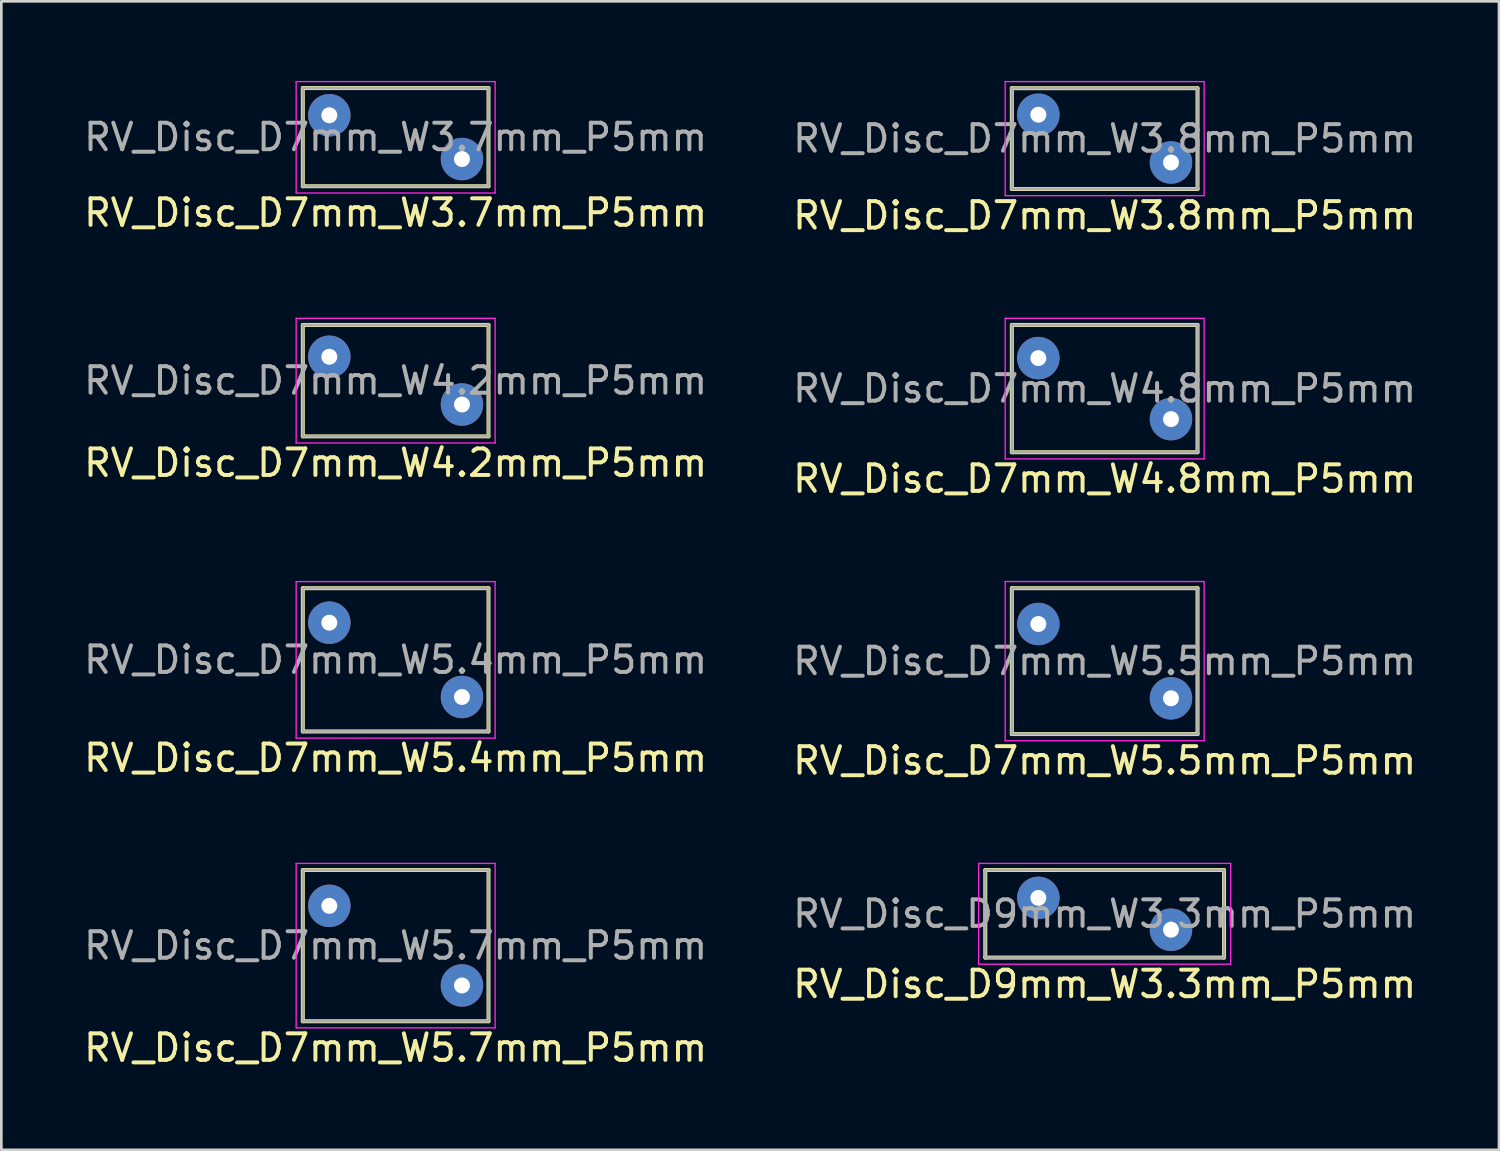
<source format=kicad_pcb>
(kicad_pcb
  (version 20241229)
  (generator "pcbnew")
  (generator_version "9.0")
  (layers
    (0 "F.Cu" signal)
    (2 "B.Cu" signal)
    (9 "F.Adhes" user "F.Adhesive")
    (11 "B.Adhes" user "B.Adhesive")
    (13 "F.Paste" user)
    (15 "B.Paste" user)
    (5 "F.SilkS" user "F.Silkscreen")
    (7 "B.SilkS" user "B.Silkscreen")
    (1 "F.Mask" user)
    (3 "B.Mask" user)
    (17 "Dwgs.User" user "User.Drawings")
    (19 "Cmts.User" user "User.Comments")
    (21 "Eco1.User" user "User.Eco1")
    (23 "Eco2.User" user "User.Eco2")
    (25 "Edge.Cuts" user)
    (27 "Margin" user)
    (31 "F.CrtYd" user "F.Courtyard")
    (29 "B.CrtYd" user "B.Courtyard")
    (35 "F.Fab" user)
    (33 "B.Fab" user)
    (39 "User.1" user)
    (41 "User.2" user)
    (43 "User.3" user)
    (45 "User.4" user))
  (footprint "RV_Disc_D7mm_W3.8mm_P5mm"
    (layer "F.Cu")
    (at 36.089 1.275)
    (property "Reference" "RV_Disc_D7mm_W3.8mm_P5mm" (at 2.5 3.8 0) (layer "F.SilkS") (effects (font (size 1 1) (thickness 0.15))))
    (attr through_hole)
    (fp_line (start -1 -1) (end -1 2.8) (stroke (width 0.15) (type solid)) (layer "F.SilkS"))
    (fp_line (start -1 -1) (end 6 -1) (stroke (width 0.15) (type solid)) (layer "F.SilkS"))
    (fp_line (start -1 2.8) (end 6 2.8) (stroke (width 0.15) (type solid)) (layer "F.SilkS"))
    (fp_line (start 6 -1) (end 6 2.8) (stroke (width 0.15) (type solid)) (layer "F.SilkS"))
    (fp_line (start -1.25 -1.25) (end -1.25 3.05) (stroke (width 0.05) (type solid)) (layer "F.CrtYd"))
    (fp_line (start -1.25 -1.25) (end 6.25 -1.25) (stroke (width 0.05) (type solid)) (layer "F.CrtYd"))
    (fp_line (start -1.25 3.05) (end 6.25 3.05) (stroke (width 0.05) (type solid)) (layer "F.CrtYd"))
    (fp_line (start 6.25 -1.25) (end 6.25 3.05) (stroke (width 0.05) (type solid)) (layer "F.CrtYd"))
    (fp_line (start -1 -1) (end -1 2.8) (stroke (width 0.1) (type solid)) (layer "F.Fab"))
    (fp_line (start -1 -1) (end 6 -1) (stroke (width 0.1) (type solid)) (layer "F.Fab"))
    (fp_line (start -1 2.8) (end 6 2.8) (stroke (width 0.1) (type solid)) (layer "F.Fab"))
    (fp_line (start 6 -1) (end 6 2.8) (stroke (width 0.1) (type solid)) (layer "F.Fab"))
    (fp_text user "${REFERENCE}" (at 2.5 0.9 0) (layer "F.Fab") (effects (font (size 1 1) (thickness 0.15))))
    (pad "1" thru_hole circle (at 0 0) (size 1.6 1.6) (drill 0.6) (layers "*.Cu" "*.Mask"))
    (pad "2" thru_hole circle (at 5 1.8) (size 1.6 1.6) (drill 0.6) (layers "*.Cu" "*.Mask")))
  (footprint "RV_Disc_D7mm_W5.5mm_P5mm"
    (layer "F.Cu")
    (at 36.089 20.471)
    (property "Reference" "RV_Disc_D7mm_W5.5mm_P5mm" (at 2.5 5.15 0) (layer "F.SilkS") (effects (font (size 1 1) (thickness 0.15))))
    (attr through_hole)
    (fp_line (start -1 -1.35) (end -1 4.15) (stroke (width 0.15) (type solid)) (layer "F.SilkS"))
    (fp_line (start -1 -1.35) (end 6 -1.35) (stroke (width 0.15) (type solid)) (layer "F.SilkS"))
    (fp_line (start -1 4.15) (end 6 4.15) (stroke (width 0.15) (type solid)) (layer "F.SilkS"))
    (fp_line (start 6 -1.35) (end 6 4.15) (stroke (width 0.15) (type solid)) (layer "F.SilkS"))
    (fp_line (start -1.25 -1.6) (end -1.25 4.4) (stroke (width 0.05) (type solid)) (layer "F.CrtYd"))
    (fp_line (start -1.25 -1.6) (end 6.25 -1.6) (stroke (width 0.05) (type solid)) (layer "F.CrtYd"))
    (fp_line (start -1.25 4.4) (end 6.25 4.4) (stroke (width 0.05) (type solid)) (layer "F.CrtYd"))
    (fp_line (start 6.25 -1.6) (end 6.25 4.4) (stroke (width 0.05) (type solid)) (layer "F.CrtYd"))
    (fp_line (start -1 -1.35) (end -1 4.15) (stroke (width 0.1) (type solid)) (layer "F.Fab"))
    (fp_line (start -1 -1.35) (end 6 -1.35) (stroke (width 0.1) (type solid)) (layer "F.Fab"))
    (fp_line (start -1 4.15) (end 6 4.15) (stroke (width 0.1) (type solid)) (layer "F.Fab"))
    (fp_line (start 6 -1.35) (end 6 4.15) (stroke (width 0.1) (type solid)) (layer "F.Fab"))
    (fp_text user "${REFERENCE}" (at 2.5 1.4 0) (layer "F.Fab") (effects (font (size 1 1) (thickness 0.15))))
    (pad "1" thru_hole circle (at 0 0) (size 1.6 1.6) (drill 0.6) (layers "*.Cu" "*.Mask"))
    (pad "2" thru_hole circle (at 5 2.8) (size 1.6 1.6) (drill 0.6) (layers "*.Cu" "*.Mask")))
  (footprint "RV_Disc_D9mm_W3.3mm_P5mm"
    (layer "F.Cu")
    (at 36.089 30.795)
    (property "Reference" "RV_Disc_D9mm_W3.3mm_P5mm" (at 2.5 3.25 0) (layer "F.SilkS") (effects (font (size 1 1) (thickness 0.15))))
    (attr through_hole)
    (fp_line (start -2 -1.05) (end -2 2.25) (stroke (width 0.15) (type solid)) (layer "F.SilkS"))
    (fp_line (start -2 -1.05) (end 7 -1.05) (stroke (width 0.15) (type solid)) (layer "F.SilkS"))
    (fp_line (start -2 2.25) (end 7 2.25) (stroke (width 0.15) (type solid)) (layer "F.SilkS"))
    (fp_line (start 7 -1.05) (end 7 2.25) (stroke (width 0.15) (type solid)) (layer "F.SilkS"))
    (fp_line (start -2.25 -1.3) (end -2.25 2.5) (stroke (width 0.05) (type solid)) (layer "F.CrtYd"))
    (fp_line (start -2.25 -1.3) (end 7.25 -1.3) (stroke (width 0.05) (type solid)) (layer "F.CrtYd"))
    (fp_line (start -2.25 2.5) (end 7.25 2.5) (stroke (width 0.05) (type solid)) (layer "F.CrtYd"))
    (fp_line (start 7.25 -1.3) (end 7.25 2.5) (stroke (width 0.05) (type solid)) (layer "F.CrtYd"))
    (fp_line (start -2 -1.05) (end -2 2.25) (stroke (width 0.1) (type solid)) (layer "F.Fab"))
    (fp_line (start -2 -1.05) (end 7 -1.05) (stroke (width 0.1) (type solid)) (layer "F.Fab"))
    (fp_line (start -2 2.25) (end 7 2.25) (stroke (width 0.1) (type solid)) (layer "F.Fab"))
    (fp_line (start 7 -1.05) (end 7 2.25) (stroke (width 0.1) (type solid)) (layer "F.Fab"))
    (fp_text user "${REFERENCE}" (at 2.5 0.6 0) (layer "F.Fab") (effects (font (size 1 1) (thickness 0.15))))
    (pad "1" thru_hole circle (at 0 0) (size 1.6 1.6) (drill 0.6) (layers "*.Cu" "*.Mask"))
    (pad "2" thru_hole circle (at 5 1.2) (size 1.6 1.6) (drill 0.6) (layers "*.Cu" "*.Mask")))
  (footprint "RV_Disc_D7mm_W5.4mm_P5mm"
    (layer "F.Cu")
    (at 9.363 20.422)
    (property "Reference" "RV_Disc_D7mm_W5.4mm_P5mm" (at 2.5 5.1 0) (layer "F.SilkS") (effects (font (size 1 1) (thickness 0.15))))
    (attr through_hole)
    (fp_line (start -1 -1.3) (end -1 4.1) (stroke (width 0.15) (type solid)) (layer "F.SilkS"))
    (fp_line (start -1 -1.3) (end 6 -1.3) (stroke (width 0.15) (type solid)) (layer "F.SilkS"))
    (fp_line (start -1 4.1) (end 6 4.1) (stroke (width 0.15) (type solid)) (layer "F.SilkS"))
    (fp_line (start 6 -1.3) (end 6 4.1) (stroke (width 0.15) (type solid)) (layer "F.SilkS"))
    (fp_line (start -1.25 -1.55) (end -1.25 4.35) (stroke (width 0.05) (type solid)) (layer "F.CrtYd"))
    (fp_line (start -1.25 -1.55) (end 6.25 -1.55) (stroke (width 0.05) (type solid)) (layer "F.CrtYd"))
    (fp_line (start -1.25 4.35) (end 6.25 4.35) (stroke (width 0.05) (type solid)) (layer "F.CrtYd"))
    (fp_line (start 6.25 -1.55) (end 6.25 4.35) (stroke (width 0.05) (type solid)) (layer "F.CrtYd"))
    (fp_line (start -1 -1.3) (end -1 4.1) (stroke (width 0.1) (type solid)) (layer "F.Fab"))
    (fp_line (start -1 -1.3) (end 6 -1.3) (stroke (width 0.1) (type solid)) (layer "F.Fab"))
    (fp_line (start -1 4.1) (end 6 4.1) (stroke (width 0.1) (type solid)) (layer "F.Fab"))
    (fp_line (start 6 -1.3) (end 6 4.1) (stroke (width 0.1) (type solid)) (layer "F.Fab"))
    (fp_text user "${REFERENCE}" (at 2.5 1.4 0) (layer "F.Fab") (effects (font (size 1 1) (thickness 0.15))))
    (pad "1" thru_hole circle (at 0 0) (size 1.6 1.6) (drill 0.6) (layers "*.Cu" "*.Mask"))
    (pad "2" thru_hole circle (at 5 2.8) (size 1.6 1.6) (drill 0.6) (layers "*.Cu" "*.Mask")))
  (footprint "RV_Disc_D7mm_W5.7mm_P5mm"
    (layer "F.Cu")
    (at 9.363 31.095)
    (property "Reference" "RV_Disc_D7mm_W5.7mm_P5mm" (at 2.5 5.35 0) (layer "F.SilkS") (effects (font (size 1 1) (thickness 0.15))))
    (attr through_hole)
    (fp_line (start -1 -1.35) (end -1 4.35) (stroke (width 0.15) (type solid)) (layer "F.SilkS"))
    (fp_line (start -1 -1.35) (end 6 -1.35) (stroke (width 0.15) (type solid)) (layer "F.SilkS"))
    (fp_line (start -1 4.35) (end 6 4.35) (stroke (width 0.15) (type solid)) (layer "F.SilkS"))
    (fp_line (start 6 -1.35) (end 6 4.35) (stroke (width 0.15) (type solid)) (layer "F.SilkS"))
    (fp_line (start -1.25 -1.6) (end -1.25 4.6) (stroke (width 0.05) (type solid)) (layer "F.CrtYd"))
    (fp_line (start -1.25 -1.6) (end 6.25 -1.6) (stroke (width 0.05) (type solid)) (layer "F.CrtYd"))
    (fp_line (start -1.25 4.6) (end 6.25 4.6) (stroke (width 0.05) (type solid)) (layer "F.CrtYd"))
    (fp_line (start 6.25 -1.6) (end 6.25 4.6) (stroke (width 0.05) (type solid)) (layer "F.CrtYd"))
    (fp_line (start -1 -1.35) (end -1 4.35) (stroke (width 0.1) (type solid)) (layer "F.Fab"))
    (fp_line (start -1 -1.35) (end 6 -1.35) (stroke (width 0.1) (type solid)) (layer "F.Fab"))
    (fp_line (start -1 4.35) (end 6 4.35) (stroke (width 0.1) (type solid)) (layer "F.Fab"))
    (fp_line (start 6 -1.35) (end 6 4.35) (stroke (width 0.1) (type solid)) (layer "F.Fab"))
    (fp_text user "${REFERENCE}" (at 2.5 1.5 0) (layer "F.Fab") (effects (font (size 1 1) (thickness 0.15))))
    (pad "1" thru_hole circle (at 0 0) (size 1.6 1.6) (drill 0.6) (layers "*.Cu" "*.Mask"))
    (pad "2" thru_hole circle (at 5 3) (size 1.6 1.6) (drill 0.6) (layers "*.Cu" "*.Mask")))
  (footprint "RV_Disc_D7mm_W3.7mm_P5mm"
    (layer "F.Cu")
    (at 9.363 1.295)
    (property "Reference" "RV_Disc_D7mm_W3.7mm_P5mm" (at 2.5 3.675 0) (layer "F.SilkS") (effects (font (size 1 1) (thickness 0.15))))
    (attr through_hole)
    (fp_line (start -1 -1.025) (end -1 2.675) (stroke (width 0.15) (type solid)) (layer "F.SilkS"))
    (fp_line (start -1 -1.025) (end 6 -1.025) (stroke (width 0.15) (type solid)) (layer "F.SilkS"))
    (fp_line (start -1 2.675) (end 6 2.675) (stroke (width 0.15) (type solid)) (layer "F.SilkS"))
    (fp_line (start 6 -1.025) (end 6 2.675) (stroke (width 0.15) (type solid)) (layer "F.SilkS"))
    (fp_line (start -1.25 -1.27) (end -1.25 2.93) (stroke (width 0.05) (type solid)) (layer "F.CrtYd"))
    (fp_line (start -1.25 -1.27) (end 6.25 -1.27) (stroke (width 0.05) (type solid)) (layer "F.CrtYd"))
    (fp_line (start -1.25 2.93) (end 6.25 2.93) (stroke (width 0.05) (type solid)) (layer "F.CrtYd"))
    (fp_line (start 6.25 -1.27) (end 6.25 2.93) (stroke (width 0.05) (type solid)) (layer "F.CrtYd"))
    (fp_line (start -1 -1.025) (end -1 2.675) (stroke (width 0.1) (type solid)) (layer "F.Fab"))
    (fp_line (start -1 -1.025) (end 6 -1.025) (stroke (width 0.1) (type solid)) (layer "F.Fab"))
    (fp_line (start -1 2.675) (end 6 2.675) (stroke (width 0.1) (type solid)) (layer "F.Fab"))
    (fp_line (start 6 -1.025) (end 6 2.675) (stroke (width 0.1) (type solid)) (layer "F.Fab"))
    (fp_text user "${REFERENCE}" (at 2.5 0.825 0) (layer "F.Fab") (effects (font (size 1 1) (thickness 0.15))))
    (pad "1" thru_hole circle (at 0 0) (size 1.6 1.6) (drill 0.6) (layers "*.Cu" "*.Mask"))
    (pad "2" thru_hole circle (at 5 1.65) (size 1.6 1.6) (drill 0.6) (layers "*.Cu" "*.Mask")))
  (footprint "RV_Disc_D7mm_W4.8mm_P5mm"
    (layer "F.Cu")
    (at 36.089 10.448)
    (property "Reference" "RV_Disc_D7mm_W4.8mm_P5mm" (at 2.5 4.55 0) (layer "F.SilkS") (effects (font (size 1 1) (thickness 0.15))))
    (attr through_hole)
    (fp_line (start -1 -1.25) (end -1 3.55) (stroke (width 0.15) (type solid)) (layer "F.SilkS"))
    (fp_line (start -1 -1.25) (end 6 -1.25) (stroke (width 0.15) (type solid)) (layer "F.SilkS"))
    (fp_line (start -1 3.55) (end 6 3.55) (stroke (width 0.15) (type solid)) (layer "F.SilkS"))
    (fp_line (start 6 -1.25) (end 6 3.55) (stroke (width 0.15) (type solid)) (layer "F.SilkS"))
    (fp_line (start -1.25 -1.5) (end -1.25 3.8) (stroke (width 0.05) (type solid)) (layer "F.CrtYd"))
    (fp_line (start -1.25 -1.5) (end 6.25 -1.5) (stroke (width 0.05) (type solid)) (layer "F.CrtYd"))
    (fp_line (start -1.25 3.8) (end 6.25 3.8) (stroke (width 0.05) (type solid)) (layer "F.CrtYd"))
    (fp_line (start 6.25 -1.5) (end 6.25 3.8) (stroke (width 0.05) (type solid)) (layer "F.CrtYd"))
    (fp_line (start -1 -1.25) (end -1 3.55) (stroke (width 0.1) (type solid)) (layer "F.Fab"))
    (fp_line (start -1 -1.25) (end 6 -1.25) (stroke (width 0.1) (type solid)) (layer "F.Fab"))
    (fp_line (start -1 3.55) (end 6 3.55) (stroke (width 0.1) (type solid)) (layer "F.Fab"))
    (fp_line (start 6 -1.25) (end 6 3.55) (stroke (width 0.1) (type solid)) (layer "F.Fab"))
    (fp_text user "${REFERENCE}" (at 2.5 1.15 0) (layer "F.Fab") (effects (font (size 1 1) (thickness 0.15))))
    (pad "1" thru_hole circle (at 0 0) (size 1.6 1.6) (drill 0.6) (layers "*.Cu" "*.Mask"))
    (pad "2" thru_hole circle (at 5 2.3) (size 1.6 1.6) (drill 0.6) (layers "*.Cu" "*.Mask")))
  (footprint "RV_Disc_D7mm_W4.2mm_P5mm"
    (layer "F.Cu")
    (at 9.363 10.398)
    (property "Reference" "RV_Disc_D7mm_W4.2mm_P5mm" (at 2.5 4 0) (layer "F.SilkS") (effects (font (size 1 1) (thickness 0.15))))
    (attr through_hole)
    (fp_line (start -1 -1.2) (end -1 3) (stroke (width 0.15) (type solid)) (layer "F.SilkS"))
    (fp_line (start -1 -1.2) (end 6 -1.2) (stroke (width 0.15) (type solid)) (layer "F.SilkS"))
    (fp_line (start -1 3) (end 6 3) (stroke (width 0.15) (type solid)) (layer "F.SilkS"))
    (fp_line (start 6 -1.2) (end 6 3) (stroke (width 0.15) (type solid)) (layer "F.SilkS"))
    (fp_line (start -1.25 -1.45) (end -1.25 3.25) (stroke (width 0.05) (type solid)) (layer "F.CrtYd"))
    (fp_line (start -1.25 -1.45) (end 6.25 -1.45) (stroke (width 0.05) (type solid)) (layer "F.CrtYd"))
    (fp_line (start -1.25 3.25) (end 6.25 3.25) (stroke (width 0.05) (type solid)) (layer "F.CrtYd"))
    (fp_line (start 6.25 -1.45) (end 6.25 3.25) (stroke (width 0.05) (type solid)) (layer "F.CrtYd"))
    (fp_line (start -1 -1.2) (end -1 3) (stroke (width 0.1) (type solid)) (layer "F.Fab"))
    (fp_line (start -1 -1.2) (end 6 -1.2) (stroke (width 0.1) (type solid)) (layer "F.Fab"))
    (fp_line (start -1 3) (end 6 3) (stroke (width 0.1) (type solid)) (layer "F.Fab"))
    (fp_line (start 6 -1.2) (end 6 3) (stroke (width 0.1) (type solid)) (layer "F.Fab"))
    (fp_text user "${REFERENCE}" (at 2.5 0.9 0) (layer "F.Fab") (effects (font (size 1 1) (thickness 0.15))))
    (pad "1" thru_hole circle (at 0 0) (size 1.6 1.6) (drill 0.6) (layers "*.Cu" "*.Mask"))
    (pad "2" thru_hole circle (at 5 1.8) (size 1.6 1.6) (drill 0.6) (layers "*.Cu" "*.Mask")))
  (gr_rect
    (start -3 -3)
    (end 53.452 40.293)
    (stroke (width 0.1) (type default))
    (fill no)
    (layer "Edge.Cuts")))
</source>
